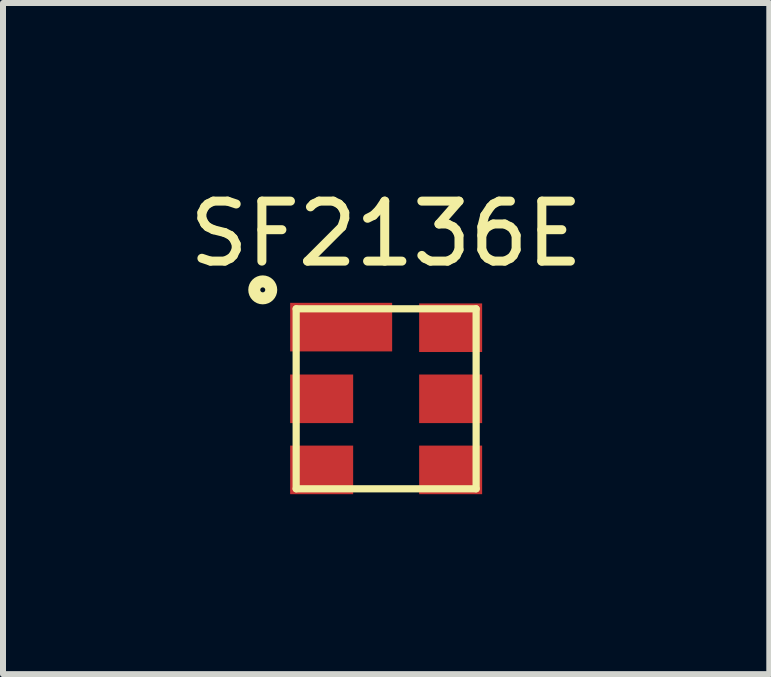
<source format=kicad_pcb>
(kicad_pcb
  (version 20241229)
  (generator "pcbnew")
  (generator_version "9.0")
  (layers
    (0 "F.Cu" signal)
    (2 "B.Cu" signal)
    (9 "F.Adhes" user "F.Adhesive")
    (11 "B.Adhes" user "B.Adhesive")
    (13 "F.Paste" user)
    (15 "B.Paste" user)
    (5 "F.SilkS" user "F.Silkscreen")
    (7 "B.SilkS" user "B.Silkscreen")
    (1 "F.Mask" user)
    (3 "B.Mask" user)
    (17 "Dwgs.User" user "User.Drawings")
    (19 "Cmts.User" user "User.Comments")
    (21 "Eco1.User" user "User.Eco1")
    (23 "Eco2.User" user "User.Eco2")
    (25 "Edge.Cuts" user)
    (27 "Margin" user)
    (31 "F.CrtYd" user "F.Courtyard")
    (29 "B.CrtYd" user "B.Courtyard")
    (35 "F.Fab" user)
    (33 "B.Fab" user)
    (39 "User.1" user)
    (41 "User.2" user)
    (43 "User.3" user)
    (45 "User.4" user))
  (footprint "SF2136E"
    (layer "F.Cu")
    (at 3.387 3.598)
    (property "Reference" "SF2136E" (at 0 -2.75 0) (layer "F.SilkS") (effects (font (size 1 1) (thickness 0.15))))
    (attr through_hole)
    (fp_line (start -1.5 -1.5) (end -1.5 1.5) (stroke (width 0.12) (type solid)) (layer "F.SilkS"))
    (fp_line (start -1.5 -1.5) (end 1.5 -1.5) (stroke (width 0.12) (type solid)) (layer "F.SilkS"))
    (fp_line (start -1.5 1.5) (end 1.5 1.5) (stroke (width 0.12) (type solid)) (layer "F.SilkS"))
    (fp_line (start 1.5 -1.5) (end 1.5 1.5) (stroke (width 0.12) (type solid)) (layer "F.SilkS"))
    (fp_circle (center -2.057 -1.816) (end -2.157 -1.716) (stroke (width 0.2) (type solid)) (fill no) (layer "F.SilkS"))
    (pad "1" smd rect (at -0.75 -1.195) (size 1.7 0.81) (layers "F.Cu" "F.Mask" "F.Paste"))
    (pad "2" smd rect (at -1.075 0) (size 1.05 0.81) (layers "F.Cu" "F.Mask" "F.Paste"))
    (pad "3" smd rect (at -1.075 1.185) (size 1.05 0.81) (layers "F.Cu" "F.Mask" "F.Paste"))
    (pad "4" smd rect (at 1.075 1.185) (size 1.05 0.81) (layers "F.Cu" "F.Mask" "F.Paste"))
    (pad "5" smd rect (at 1.075 0) (size 1.05 0.81) (layers "F.Cu" "F.Mask" "F.Paste"))
    (pad "6" smd rect (at 1.075 -1.185) (size 1.05 0.81) (layers "F.Cu" "F.Mask" "F.Paste")))
  (gr_rect
    (start -3 -3)
    (end 9.774 8.188)
    (stroke (width 0.1) (type default))
    (fill no)
    (layer "Edge.Cuts")))
</source>
